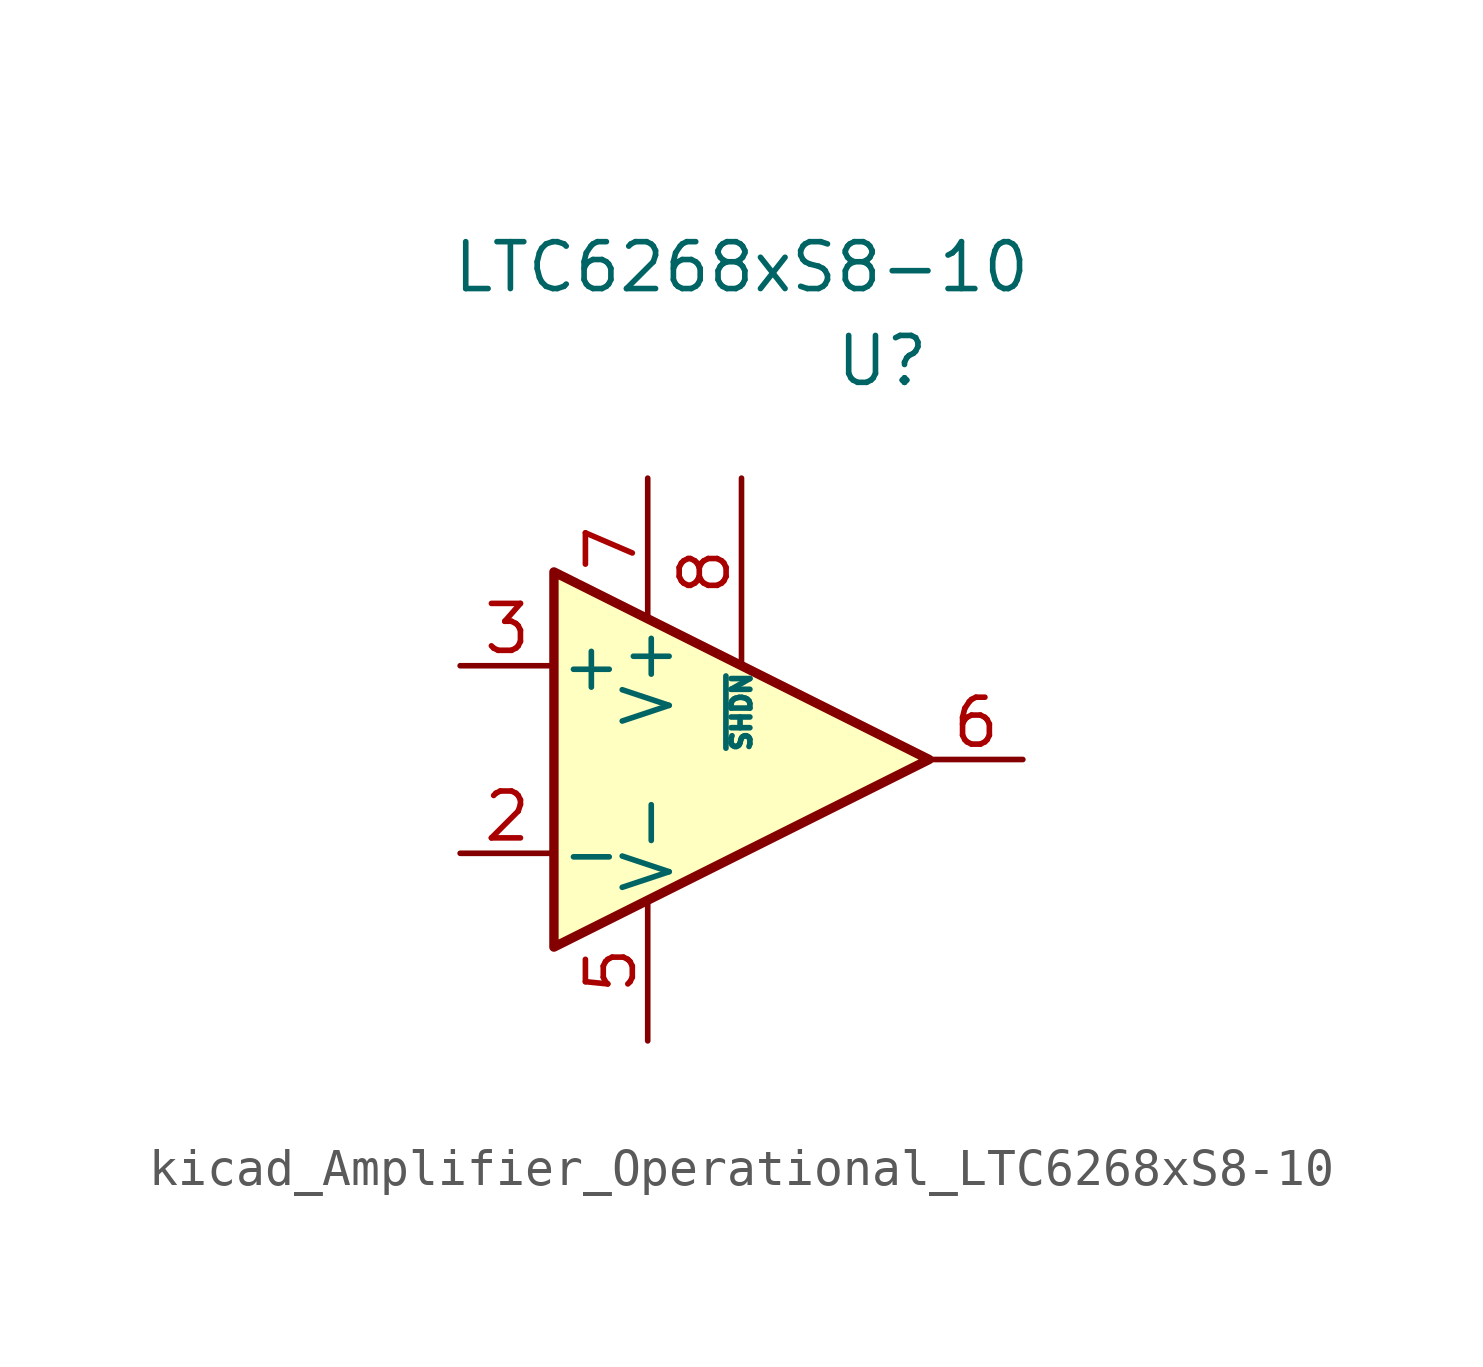
<source format=kicad_sym>
(kicad_symbol_lib
  (version 20220914)
  (generator kicad_symbol_editor)
  (symbol "kicad_Amplifier_Operational_LTC6268xS8-10"
    (pin_names
      (offset 0.127))
    (property "Reference" "U"
      (at 3.81 10.795 0)
      (effects (font (size 1.27 1.27))))
    (property "Value" "LTC6268xS8-10"
      (at 0 13.335 0)
      (effects (font (size 1.27 1.27))))
    (symbol "kicad_Amplifier_Operational_LTC6268xS8-10_1_1"
      (polyline (pts (xy -5.08 5.08) (xy -5.08 -5.08) (xy 5.08 0) (xy -5.08 5.08)) (stroke (width 0.254) (type default)) (fill (type background)))
      (pin no_connect line (at 0 -2.54 90) (length 5.08) hide (name "NC" (effects (font (size 0.508 0.508)))) (number "1" (effects (font (size 1.27 1.27)))))
      (pin input line (at -7.62 -2.54 0) (length 2.54) (name "-" (effects (font (size 1.27 1.27)))) (number "2" (effects (font (size 1.27 1.27)))))
      (pin input line (at -7.62 2.54 0) (length 2.54) (name "+" (effects (font (size 1.27 1.27)))) (number "3" (effects (font (size 1.27 1.27)))))
      (pin no_connect line (at 0 -2.54 90) (length 5.08) hide (name "NC" (effects (font (size 0.508 0.508)))) (number "4" (effects (font (size 1.27 1.27)))))
      (pin power_in line (at -2.54 -7.62 90) (length 3.81) (name "V-" (effects (font (size 1.27 1.27)))) (number "5" (effects (font (size 1.27 1.27)))))
      (pin output line (at 7.62 0 180) (length 2.54) (name "~" (effects (font (size 1.27 1.27)))) (number "6" (effects (font (size 1.27 1.27)))))
      (pin power_in line (at -2.54 7.62 270) (length 3.81) (name "V+" (effects (font (size 1.27 1.27)))) (number "7" (effects (font (size 1.27 1.27)))))
      (pin input line (at 0 7.62 270) (length 5.08) (name "~{SHDN}" (effects (font (size 0.508 0.508)))) (number "8" (effects (font (size 1.27 1.27))))))))
</source>
